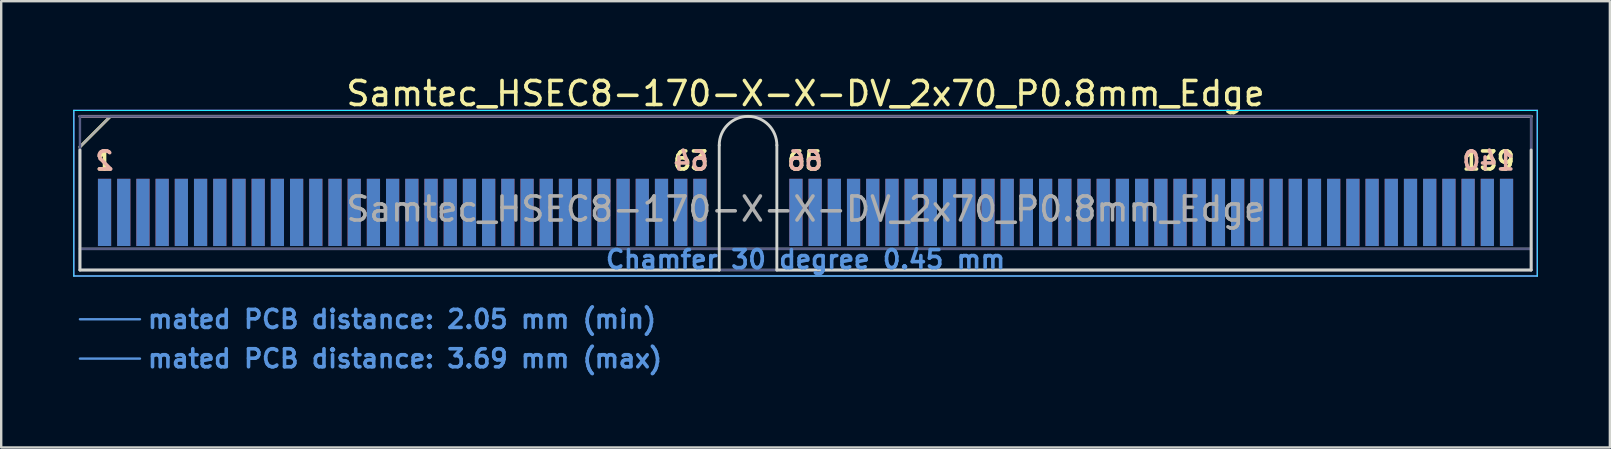
<source format=kicad_pcb>
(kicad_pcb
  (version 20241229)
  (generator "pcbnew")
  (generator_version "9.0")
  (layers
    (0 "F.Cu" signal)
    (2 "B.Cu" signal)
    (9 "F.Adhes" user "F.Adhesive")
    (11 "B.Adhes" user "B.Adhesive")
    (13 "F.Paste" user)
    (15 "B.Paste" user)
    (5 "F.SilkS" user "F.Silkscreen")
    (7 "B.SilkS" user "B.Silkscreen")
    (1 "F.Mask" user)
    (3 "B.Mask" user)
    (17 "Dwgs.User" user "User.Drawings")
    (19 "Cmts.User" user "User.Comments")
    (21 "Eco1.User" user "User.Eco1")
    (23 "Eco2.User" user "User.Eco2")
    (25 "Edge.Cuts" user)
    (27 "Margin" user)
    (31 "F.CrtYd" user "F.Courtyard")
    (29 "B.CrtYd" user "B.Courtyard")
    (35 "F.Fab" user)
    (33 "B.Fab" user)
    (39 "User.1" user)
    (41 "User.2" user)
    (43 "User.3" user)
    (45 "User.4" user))
  (footprint "Samtec_HSEC8-170-X-X-DV_2x70_P0.8mm_Edge"
    (layer "F.Cu")
    (at 30.505 8.198)
    (property "Reference" "Samtec_HSEC8-170-X-X-DV_2x70_P0.8mm_Edge" (at 0 -7.35 0) (layer "F.SilkS") (effects (font (size 1 1) (thickness 0.15))))
    (attr exclude_from_pos_files exclude_from_bom)
    (fp_line (start -30.225 -5.13) (end -28.955 -6.4) (stroke (width 0.12) (type solid)) (layer "F.SilkS"))
    (fp_line (start -28.955 -6.4) (end 30.225 -6.4) (stroke (width 0.12) (type solid)) (layer "F.SilkS"))
    (fp_line (start -30.225 -6.4) (end -30.225 -6.4) (stroke (width 0.12) (type solid)) (layer "B.SilkS"))
    (fp_line (start -30.225 -6.4) (end 30.225 -6.4) (stroke (width 0.12) (type solid)) (layer "B.SilkS"))
    (fp_line (start -30.225 2.05) (end -27.725 2.05) (stroke (width 0.1) (type solid)) (layer "Cmts.User"))
    (fp_line (start -30.225 3.69) (end -27.725 3.69) (stroke (width 0.1) (type solid)) (layer "Cmts.User"))
    (fp_line (start -30.225 -5) (end -30.225 0) (stroke (width 0.12) (type solid)) (layer "Edge.Cuts"))
    (fp_line (start -30.225 0) (end -3.595 0) (stroke (width 0.12) (type solid)) (layer "Edge.Cuts"))
    (fp_line (start -3.595 0) (end -3.595 -5.2) (stroke (width 0.12) (type solid)) (layer "Edge.Cuts"))
    (fp_line (start -1.195 -5.2) (end -1.195 0) (stroke (width 0.12) (type solid)) (layer "Edge.Cuts"))
    (fp_line (start -1.195 0) (end 30.225 0) (stroke (width 0.12) (type solid)) (layer "Edge.Cuts"))
    (fp_line (start 30.225 0) (end 30.225 -5) (stroke (width 0.12) (type solid)) (layer "Edge.Cuts"))
    (fp_arc (start -3.595 -5.2) (mid -2.395 -6.4) (end -1.195 -5.2) (stroke (width 0.12) (type solid)) (layer "Edge.Cuts"))
    (fp_line (start -30.48 -6.65) (end -30.48 0.25) (stroke (width 0.05) (type solid)) (layer "B.CrtYd"))
    (fp_line (start -30.48 0.25) (end 30.48 0.25) (stroke (width 0.05) (type solid)) (layer "B.CrtYd"))
    (fp_line (start 30.48 -6.65) (end -30.48 -6.65) (stroke (width 0.05) (type solid)) (layer "B.CrtYd"))
    (fp_line (start 30.48 0.25) (end 30.48 -6.65) (stroke (width 0.05) (type solid)) (layer "B.CrtYd"))
    (fp_line (start -30.48 -6.65) (end -30.48 0.25) (stroke (width 0.05) (type solid)) (layer "F.CrtYd"))
    (fp_line (start -30.48 0.25) (end 30.48 0.25) (stroke (width 0.05) (type solid)) (layer "F.CrtYd"))
    (fp_line (start 30.48 -6.65) (end -30.48 -6.65) (stroke (width 0.05) (type solid)) (layer "F.CrtYd"))
    (fp_line (start 30.48 0.25) (end 30.48 -6.65) (stroke (width 0.05) (type solid)) (layer "F.CrtYd"))
    (fp_line (start -30.225 -6.4) (end -30.225 -6.4) (stroke (width 0.1) (type solid)) (layer "B.Fab"))
    (fp_line (start -30.225 -6.4) (end -30.225 0) (stroke (width 0.1) (type solid)) (layer "B.Fab"))
    (fp_line (start -30.225 -6.4) (end 30.225 -6.4) (stroke (width 0.1) (type solid)) (layer "B.Fab"))
    (fp_line (start -30.225 -0.88) (end 30.225 -0.88) (stroke (width 0.1) (type solid)) (layer "B.Fab"))
    (fp_line (start -30.225 0) (end 30.225 0) (stroke (width 0.1) (type solid)) (layer "B.Fab"))
    (fp_line (start 30.225 -6.4) (end 30.225 0) (stroke (width 0.1) (type solid)) (layer "B.Fab"))
    (fp_line (start -30.225 -5.13) (end -30.225 0) (stroke (width 0.1) (type solid)) (layer "F.Fab"))
    (fp_line (start -30.225 -5.13) (end -28.955 -6.4) (stroke (width 0.1) (type solid)) (layer "F.Fab"))
    (fp_line (start -30.225 -0.88) (end 30.225 -0.88) (stroke (width 0.1) (type solid)) (layer "F.Fab"))
    (fp_line (start -30.225 0) (end 30.225 0) (stroke (width 0.1) (type solid)) (layer "F.Fab"))
    (fp_line (start -28.955 -6.4) (end 30.225 -6.4) (stroke (width 0.1) (type solid)) (layer "F.Fab"))
    (fp_line (start 30.225 -6.4) (end 30.225 0) (stroke (width 0.1) (type solid)) (layer "F.Fab"))
    (fp_text user "65" (at -0.025 -4.55 0) (layer "F.SilkS") (effects (font (size 0.75 0.75) (thickness 0.15))))
    (fp_text user "63" (at -4.775 -4.55 0) (layer "F.SilkS") (effects (font (size 0.75 0.75) (thickness 0.15))))
    (fp_text user "139" (at 28.45 -4.55 0) (layer "F.SilkS") (effects (font (size 0.75 0.75) (thickness 0.15))))
    (fp_text user "1" (at -29.2 -4.55 0) (layer "F.SilkS") (effects (font (size 0.75 0.75) (thickness 0.15))))
    (fp_text user "64" (at -4.775 -4.55 0) (layer "B.SilkS") (effects (font (size 0.75 0.75) (thickness 0.15)) (justify mirror)))
    (fp_text user "140" (at 28.45 -4.55 0) (layer "B.SilkS") (effects (font (size 0.75 0.75) (thickness 0.15)) (justify mirror)))
    (fp_text user "2" (at -29.2 -4.55 0) (layer "B.SilkS") (effects (font (size 0.75 0.75) (thickness 0.15)) (justify mirror)))
    (fp_text user "66" (at -0.025 -4.55 0) (layer "B.SilkS") (effects (font (size 0.75 0.75) (thickness 0.15)) (justify mirror)))
    (fp_text user "Chamfer 30 degree 0.45 mm" (at 0 -0.44 0) (layer "Cmts.User") (effects (font (size 0.75 0.75) (thickness 0.15))))
    (fp_text user "mated PCB distance: 2.05 mm (min)" (at -27.48 2.05 0) (layer "Cmts.User") (effects (font (size 0.75 0.75) (thickness 0.15)) (justify left)))
    (fp_text user "mated PCB distance: 3.69 mm (max)" (at -27.48 3.69 0) (layer "Cmts.User") (effects (font (size 0.75 0.75) (thickness 0.15)) (justify left)))
    (fp_text user "${REFERENCE}" (at 0 -2.54 0) (layer "F.Fab") (effects (font (size 1 1) (thickness 0.15))))
    (pad "1" connect rect (at -29.2 -2.4) (size 0.55 2.8) (layers "F.Cu" "F.Mask"))
    (pad "2" connect rect (at -29.2 -2.4) (size 0.55 2.8) (layers "B.Cu" "B.Mask"))
    (pad "3" connect rect (at -28.4 -2.4) (size 0.55 2.8) (layers "F.Cu" "F.Mask"))
    (pad "4" connect rect (at -28.4 -2.4) (size 0.55 2.8) (layers "B.Cu" "B.Mask"))
    (pad "5" connect rect (at -27.6 -2.4) (size 0.55 2.8) (layers "F.Cu" "F.Mask"))
    (pad "6" connect rect (at -27.6 -2.4) (size 0.55 2.8) (layers "B.Cu" "B.Mask"))
    (pad "7" connect rect (at -26.8 -2.4) (size 0.55 2.8) (layers "F.Cu" "F.Mask"))
    (pad "8" connect rect (at -26.8 -2.4) (size 0.55 2.8) (layers "B.Cu" "B.Mask"))
    (pad "9" connect rect (at -26 -2.4) (size 0.55 2.8) (layers "F.Cu" "F.Mask"))
    (pad "10" connect rect (at -26 -2.4) (size 0.55 2.8) (layers "B.Cu" "B.Mask"))
    (pad "11" connect rect (at -25.2 -2.4) (size 0.55 2.8) (layers "F.Cu" "F.Mask"))
    (pad "12" connect rect (at -25.2 -2.4) (size 0.55 2.8) (layers "B.Cu" "B.Mask"))
    (pad "13" connect rect (at -24.4 -2.4) (size 0.55 2.8) (layers "F.Cu" "F.Mask"))
    (pad "14" connect rect (at -24.4 -2.4) (size 0.55 2.8) (layers "B.Cu" "B.Mask"))
    (pad "15" connect rect (at -23.6 -2.4) (size 0.55 2.8) (layers "F.Cu" "F.Mask"))
    (pad "16" connect rect (at -23.6 -2.4) (size 0.55 2.8) (layers "B.Cu" "B.Mask"))
    (pad "17" connect rect (at -22.8 -2.4) (size 0.55 2.8) (layers "F.Cu" "F.Mask"))
    (pad "18" connect rect (at -22.8 -2.4) (size 0.55 2.8) (layers "B.Cu" "B.Mask"))
    (pad "19" connect rect (at -22 -2.4) (size 0.55 2.8) (layers "F.Cu" "F.Mask"))
    (pad "20" connect rect (at -22 -2.4) (size 0.55 2.8) (layers "B.Cu" "B.Mask"))
    (pad "21" connect rect (at -21.2 -2.4) (size 0.55 2.8) (layers "F.Cu" "F.Mask"))
    (pad "22" connect rect (at -21.2 -2.4) (size 0.55 2.8) (layers "B.Cu" "B.Mask"))
    (pad "23" connect rect (at -20.4 -2.4) (size 0.55 2.8) (layers "F.Cu" "F.Mask"))
    (pad "24" connect rect (at -20.4 -2.4) (size 0.55 2.8) (layers "B.Cu" "B.Mask"))
    (pad "25" connect rect (at -19.6 -2.4) (size 0.55 2.8) (layers "F.Cu" "F.Mask"))
    (pad "26" connect rect (at -19.6 -2.4) (size 0.55 2.8) (layers "B.Cu" "B.Mask"))
    (pad "27" connect rect (at -18.8 -2.4) (size 0.55 2.8) (layers "F.Cu" "F.Mask"))
    (pad "28" connect rect (at -18.8 -2.4) (size 0.55 2.8) (layers "B.Cu" "B.Mask"))
    (pad "29" connect rect (at -18 -2.4) (size 0.55 2.8) (layers "F.Cu" "F.Mask"))
    (pad "30" connect rect (at -18 -2.4) (size 0.55 2.8) (layers "B.Cu" "B.Mask"))
    (pad "31" connect rect (at -17.2 -2.4) (size 0.55 2.8) (layers "F.Cu" "F.Mask"))
    (pad "32" connect rect (at -17.2 -2.4) (size 0.55 2.8) (layers "B.Cu" "B.Mask"))
    (pad "33" connect rect (at -16.4 -2.4) (size 0.55 2.8) (layers "F.Cu" "F.Mask"))
    (pad "34" connect rect (at -16.4 -2.4) (size 0.55 2.8) (layers "B.Cu" "B.Mask"))
    (pad "35" connect rect (at -15.6 -2.4) (size 0.55 2.8) (layers "F.Cu" "F.Mask"))
    (pad "36" connect rect (at -15.6 -2.4) (size 0.55 2.8) (layers "B.Cu" "B.Mask"))
    (pad "37" connect rect (at -14.8 -2.4) (size 0.55 2.8) (layers "F.Cu" "F.Mask"))
    (pad "38" connect rect (at -14.8 -2.4) (size 0.55 2.8) (layers "B.Cu" "B.Mask"))
    (pad "39" connect rect (at -14 -2.4) (size 0.55 2.8) (layers "F.Cu" "F.Mask"))
    (pad "40" connect rect (at -14 -2.4) (size 0.55 2.8) (layers "B.Cu" "B.Mask"))
    (pad "41" connect rect (at -13.2 -2.4) (size 0.55 2.8) (layers "F.Cu" "F.Mask"))
    (pad "42" connect rect (at -13.2 -2.4) (size 0.55 2.8) (layers "B.Cu" "B.Mask"))
    (pad "43" connect rect (at -12.4 -2.4) (size 0.55 2.8) (layers "F.Cu" "F.Mask"))
    (pad "44" connect rect (at -12.4 -2.4) (size 0.55 2.8) (layers "B.Cu" "B.Mask"))
    (pad "45" connect rect (at -11.6 -2.4) (size 0.55 2.8) (layers "F.Cu" "F.Mask"))
    (pad "46" connect rect (at -11.6 -2.4) (size 0.55 2.8) (layers "B.Cu" "B.Mask"))
    (pad "47" connect rect (at -10.8 -2.4) (size 0.55 2.8) (layers "F.Cu" "F.Mask"))
    (pad "48" connect rect (at -10.8 -2.4) (size 0.55 2.8) (layers "B.Cu" "B.Mask"))
    (pad "49" connect rect (at -10 -2.4) (size 0.55 2.8) (layers "F.Cu" "F.Mask"))
    (pad "50" connect rect (at -10 -2.4) (size 0.55 2.8) (layers "B.Cu" "B.Mask"))
    (pad "51" connect rect (at -9.2 -2.4) (size 0.55 2.8) (layers "F.Cu" "F.Mask"))
    (pad "52" connect rect (at -9.2 -2.4) (size 0.55 2.8) (layers "B.Cu" "B.Mask"))
    (pad "53" connect rect (at -8.4 -2.4) (size 0.55 2.8) (layers "F.Cu" "F.Mask"))
    (pad "54" connect rect (at -8.4 -2.4) (size 0.55 2.8) (layers "B.Cu" "B.Mask"))
    (pad "55" connect rect (at -7.6 -2.4) (size 0.55 2.8) (layers "F.Cu" "F.Mask"))
    (pad "56" connect rect (at -7.6 -2.4) (size 0.55 2.8) (layers "B.Cu" "B.Mask"))
    (pad "57" connect rect (at -6.8 -2.4) (size 0.55 2.8) (layers "F.Cu" "F.Mask"))
    (pad "58" connect rect (at -6.8 -2.4) (size 0.55 2.8) (layers "B.Cu" "B.Mask"))
    (pad "59" connect rect (at -6 -2.4) (size 0.55 2.8) (layers "F.Cu" "F.Mask"))
    (pad "60" connect rect (at -6 -2.4) (size 0.55 2.8) (layers "B.Cu" "B.Mask"))
    (pad "61" connect rect (at -5.2 -2.4) (size 0.55 2.8) (layers "F.Cu" "F.Mask"))
    (pad "62" connect rect (at -5.2 -2.4) (size 0.55 2.8) (layers "B.Cu" "B.Mask"))
    (pad "63" connect rect (at -4.4 -2.4) (size 0.55 2.8) (layers "F.Cu" "F.Mask"))
    (pad "64" connect rect (at -4.4 -2.4) (size 0.55 2.8) (layers "B.Cu" "B.Mask"))
    (pad "65" connect rect (at -0.4 -2.4) (size 0.55 2.8) (layers "F.Cu" "F.Mask"))
    (pad "66" connect rect (at -0.4 -2.4) (size 0.55 2.8) (layers "B.Cu" "B.Mask"))
    (pad "67" connect rect (at 0.4 -2.4) (size 0.55 2.8) (layers "F.Cu" "F.Mask"))
    (pad "68" connect rect (at 0.4 -2.4) (size 0.55 2.8) (layers "B.Cu" "B.Mask"))
    (pad "69" connect rect (at 1.2 -2.4) (size 0.55 2.8) (layers "F.Cu" "F.Mask"))
    (pad "70" connect rect (at 1.2 -2.4) (size 0.55 2.8) (layers "B.Cu" "B.Mask"))
    (pad "71" connect rect (at 2 -2.4) (size 0.55 2.8) (layers "F.Cu" "F.Mask"))
    (pad "72" connect rect (at 2 -2.4) (size 0.55 2.8) (layers "B.Cu" "B.Mask"))
    (pad "73" connect rect (at 2.8 -2.4) (size 0.55 2.8) (layers "F.Cu" "F.Mask"))
    (pad "74" connect rect (at 2.8 -2.4) (size 0.55 2.8) (layers "B.Cu" "B.Mask"))
    (pad "75" connect rect (at 3.6 -2.4) (size 0.55 2.8) (layers "F.Cu" "F.Mask"))
    (pad "76" connect rect (at 3.6 -2.4) (size 0.55 2.8) (layers "B.Cu" "B.Mask"))
    (pad "77" connect rect (at 4.4 -2.4) (size 0.55 2.8) (layers "F.Cu" "F.Mask"))
    (pad "78" connect rect (at 4.4 -2.4) (size 0.55 2.8) (layers "B.Cu" "B.Mask"))
    (pad "79" connect rect (at 5.2 -2.4) (size 0.55 2.8) (layers "F.Cu" "F.Mask"))
    (pad "80" connect rect (at 5.2 -2.4) (size 0.55 2.8) (layers "B.Cu" "B.Mask"))
    (pad "81" connect rect (at 6 -2.4) (size 0.55 2.8) (layers "F.Cu" "F.Mask"))
    (pad "82" connect rect (at 6 -2.4) (size 0.55 2.8) (layers "B.Cu" "B.Mask"))
    (pad "83" connect rect (at 6.8 -2.4) (size 0.55 2.8) (layers "F.Cu" "F.Mask"))
    (pad "84" connect rect (at 6.8 -2.4) (size 0.55 2.8) (layers "B.Cu" "B.Mask"))
    (pad "85" connect rect (at 7.6 -2.4) (size 0.55 2.8) (layers "F.Cu" "F.Mask"))
    (pad "86" connect rect (at 7.6 -2.4) (size 0.55 2.8) (layers "B.Cu" "B.Mask"))
    (pad "87" connect rect (at 8.4 -2.4) (size 0.55 2.8) (layers "F.Cu" "F.Mask"))
    (pad "88" connect rect (at 8.4 -2.4) (size 0.55 2.8) (layers "B.Cu" "B.Mask"))
    (pad "89" connect rect (at 9.2 -2.4) (size 0.55 2.8) (layers "F.Cu" "F.Mask"))
    (pad "90" connect rect (at 9.2 -2.4) (size 0.55 2.8) (layers "B.Cu" "B.Mask"))
    (pad "91" connect rect (at 10 -2.4) (size 0.55 2.8) (layers "F.Cu" "F.Mask"))
    (pad "92" connect rect (at 10 -2.4) (size 0.55 2.8) (layers "B.Cu" "B.Mask"))
    (pad "93" connect rect (at 10.8 -2.4) (size 0.55 2.8) (layers "F.Cu" "F.Mask"))
    (pad "94" connect rect (at 10.8 -2.4) (size 0.55 2.8) (layers "B.Cu" "B.Mask"))
    (pad "95" connect rect (at 11.6 -2.4) (size 0.55 2.8) (layers "F.Cu" "F.Mask"))
    (pad "96" connect rect (at 11.6 -2.4) (size 0.55 2.8) (layers "B.Cu" "B.Mask"))
    (pad "97" connect rect (at 12.4 -2.4) (size 0.55 2.8) (layers "F.Cu" "F.Mask"))
    (pad "98" connect rect (at 12.4 -2.4) (size 0.55 2.8) (layers "B.Cu" "B.Mask"))
    (pad "99" connect rect (at 13.2 -2.4) (size 0.55 2.8) (layers "F.Cu" "F.Mask"))
    (pad "100" connect rect (at 13.2 -2.4) (size 0.55 2.8) (layers "B.Cu" "B.Mask"))
    (pad "101" connect rect (at 14 -2.4) (size 0.55 2.8) (layers "F.Cu" "F.Mask"))
    (pad "102" connect rect (at 14 -2.4) (size 0.55 2.8) (layers "B.Cu" "B.Mask"))
    (pad "103" connect rect (at 14.8 -2.4) (size 0.55 2.8) (layers "F.Cu" "F.Mask"))
    (pad "104" connect rect (at 14.8 -2.4) (size 0.55 2.8) (layers "B.Cu" "B.Mask"))
    (pad "105" connect rect (at 15.6 -2.4) (size 0.55 2.8) (layers "F.Cu" "F.Mask"))
    (pad "106" connect rect (at 15.6 -2.4) (size 0.55 2.8) (layers "B.Cu" "B.Mask"))
    (pad "107" connect rect (at 16.4 -2.4) (size 0.55 2.8) (layers "F.Cu" "F.Mask"))
    (pad "108" connect rect (at 16.4 -2.4) (size 0.55 2.8) (layers "B.Cu" "B.Mask"))
    (pad "109" connect rect (at 17.2 -2.4) (size 0.55 2.8) (layers "F.Cu" "F.Mask"))
    (pad "110" connect rect (at 17.2 -2.4) (size 0.55 2.8) (layers "B.Cu" "B.Mask"))
    (pad "111" connect rect (at 18 -2.4) (size 0.55 2.8) (layers "F.Cu" "F.Mask"))
    (pad "112" connect rect (at 18 -2.4) (size 0.55 2.8) (layers "B.Cu" "B.Mask"))
    (pad "113" connect rect (at 18.8 -2.4) (size 0.55 2.8) (layers "F.Cu" "F.Mask"))
    (pad "114" connect rect (at 18.8 -2.4) (size 0.55 2.8) (layers "B.Cu" "B.Mask"))
    (pad "115" connect rect (at 19.6 -2.4) (size 0.55 2.8) (layers "F.Cu" "F.Mask"))
    (pad "116" connect rect (at 19.6 -2.4) (size 0.55 2.8) (layers "B.Cu" "B.Mask"))
    (pad "117" connect rect (at 20.4 -2.4) (size 0.55 2.8) (layers "F.Cu" "F.Mask"))
    (pad "118" connect rect (at 20.4 -2.4) (size 0.55 2.8) (layers "B.Cu" "B.Mask"))
    (pad "119" connect rect (at 21.2 -2.4) (size 0.55 2.8) (layers "F.Cu" "F.Mask"))
    (pad "120" connect rect (at 21.2 -2.4) (size 0.55 2.8) (layers "B.Cu" "B.Mask"))
    (pad "121" connect rect (at 22 -2.4) (size 0.55 2.8) (layers "F.Cu" "F.Mask"))
    (pad "122" connect rect (at 22 -2.4) (size 0.55 2.8) (layers "B.Cu" "B.Mask"))
    (pad "123" connect rect (at 22.8 -2.4) (size 0.55 2.8) (layers "F.Cu" "F.Mask"))
    (pad "124" connect rect (at 22.8 -2.4) (size 0.55 2.8) (layers "B.Cu" "B.Mask"))
    (pad "125" connect rect (at 23.6 -2.4) (size 0.55 2.8) (layers "F.Cu" "F.Mask"))
    (pad "126" connect rect (at 23.6 -2.4) (size 0.55 2.8) (layers "B.Cu" "B.Mask"))
    (pad "127" connect rect (at 24.4 -2.4) (size 0.55 2.8) (layers "F.Cu" "F.Mask"))
    (pad "128" connect rect (at 24.4 -2.4) (size 0.55 2.8) (layers "B.Cu" "B.Mask"))
    (pad "129" connect rect (at 25.2 -2.4) (size 0.55 2.8) (layers "F.Cu" "F.Mask"))
    (pad "130" connect rect (at 25.2 -2.4) (size 0.55 2.8) (layers "B.Cu" "B.Mask"))
    (pad "131" connect rect (at 26 -2.4) (size 0.55 2.8) (layers "F.Cu" "F.Mask"))
    (pad "132" connect rect (at 26 -2.4) (size 0.55 2.8) (layers "B.Cu" "B.Mask"))
    (pad "133" connect rect (at 26.8 -2.4) (size 0.55 2.8) (layers "F.Cu" "F.Mask"))
    (pad "134" connect rect (at 26.8 -2.4) (size 0.55 2.8) (layers "B.Cu" "B.Mask"))
    (pad "135" connect rect (at 27.6 -2.4) (size 0.55 2.8) (layers "F.Cu" "F.Mask"))
    (pad "136" connect rect (at 27.6 -2.4) (size 0.55 2.8) (layers "B.Cu" "B.Mask"))
    (pad "137" connect rect (at 28.4 -2.4) (size 0.55 2.8) (layers "F.Cu" "F.Mask"))
    (pad "138" connect rect (at 28.4 -2.4) (size 0.55 2.8) (layers "B.Cu" "B.Mask"))
    (pad "139" connect rect (at 29.2 -2.4) (size 0.55 2.8) (layers "F.Cu" "F.Mask"))
    (pad "140" connect rect (at 29.2 -2.4) (size 0.55 2.8) (layers "B.Cu" "B.Mask")))
  (gr_rect
    (start -3 -3)
    (end 64.01 15.59)
    (stroke (width 0.1) (type default))
    (fill no)
    (layer "Edge.Cuts")))
</source>
